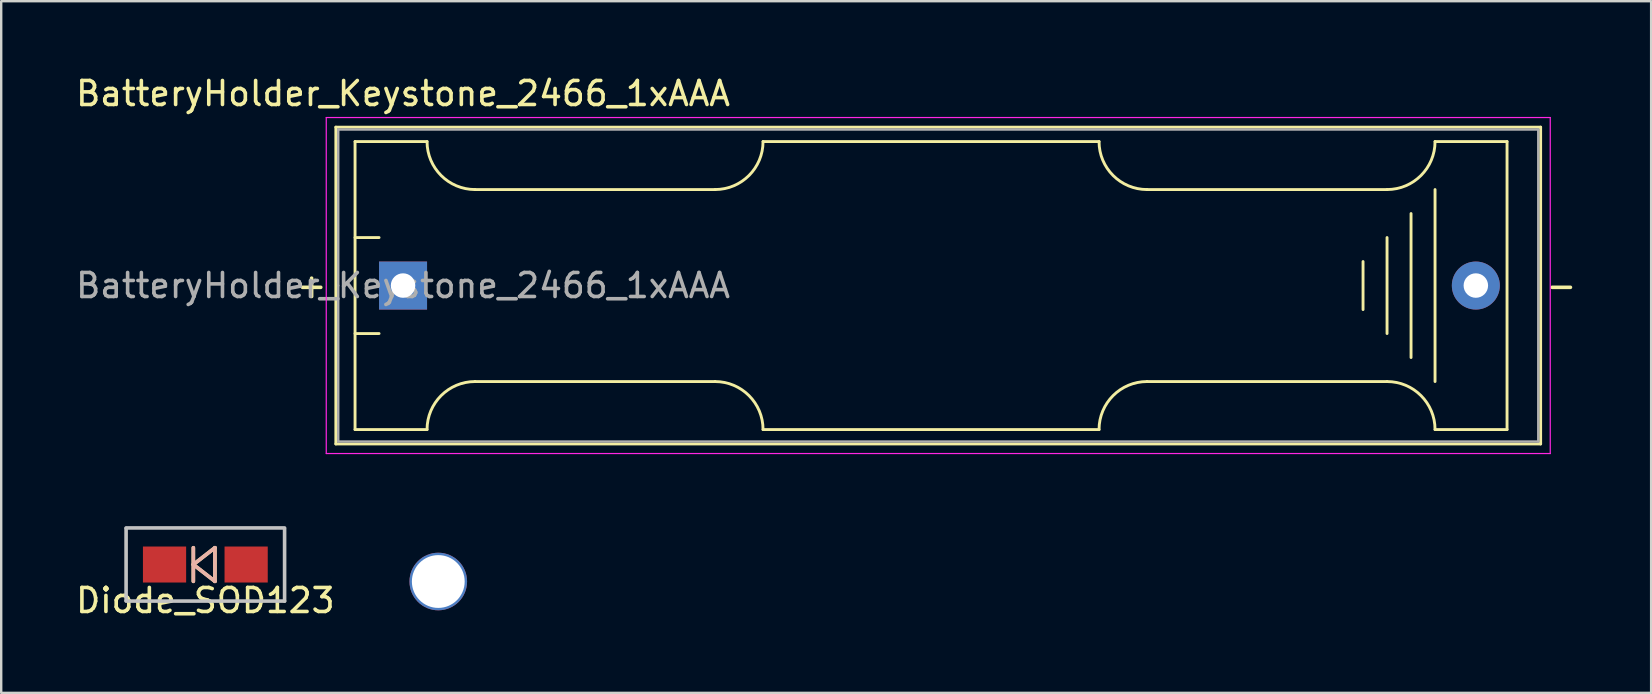
<source format=kicad_pcb>
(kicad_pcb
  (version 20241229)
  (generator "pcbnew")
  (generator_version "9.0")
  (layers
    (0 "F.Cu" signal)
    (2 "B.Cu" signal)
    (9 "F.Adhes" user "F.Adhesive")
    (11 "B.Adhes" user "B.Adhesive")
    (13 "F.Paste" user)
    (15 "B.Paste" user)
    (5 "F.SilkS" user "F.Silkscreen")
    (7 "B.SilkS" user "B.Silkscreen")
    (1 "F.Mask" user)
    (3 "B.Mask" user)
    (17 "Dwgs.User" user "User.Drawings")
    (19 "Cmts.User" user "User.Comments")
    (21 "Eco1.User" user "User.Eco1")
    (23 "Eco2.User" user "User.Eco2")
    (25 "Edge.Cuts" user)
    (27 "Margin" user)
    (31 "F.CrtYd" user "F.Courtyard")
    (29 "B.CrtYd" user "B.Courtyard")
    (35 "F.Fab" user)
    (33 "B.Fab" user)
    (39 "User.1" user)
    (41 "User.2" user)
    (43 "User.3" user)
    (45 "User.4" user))
  (footprint "HOLE_M2"
    (layer "F.Cu")
    (at 15.212 21.18)
    (property "Reference" "HOLE_M2" (at 0 -2 0) (layer "Eco2.User") (effects (font (size 0.3 0.3) (thickness 0.075))))
    (attr through_hole)
    (pad "" thru_hole circle (at 0 0) (size 2.4 2.4) (drill 2.2) (layers "*.Cu" "*.Mask")))
  (footprint "BatteryHolder_Keystone_2466_1xAAA"
    (layer "F.Cu")
    (at 13.744 8.848)
    (property "Reference" "BatteryHolder_Keystone_2466_1xAAA" (at 0 -8 180) (layer "F.SilkS") (effects (font (size 1 1) (thickness 0.15))))
    (attr through_hole)
    (fp_line (start -2.8 -6.6) (end -2.8 6.6) (stroke (width 0.12) (type solid)) (layer "F.SilkS"))
    (fp_line (start -2.8 6.6) (end 47.4 6.6) (stroke (width 0.12) (type solid)) (layer "F.SilkS"))
    (fp_line (start -2 -6) (end -2 6) (stroke (width 0.12) (type solid)) (layer "F.SilkS"))
    (fp_line (start -2 -6) (end 1 -6) (stroke (width 0.12) (type solid)) (layer "F.SilkS"))
    (fp_line (start -2 -2) (end -1 -2) (stroke (width 0.12) (type solid)) (layer "F.SilkS"))
    (fp_line (start -2 6) (end 1 6) (stroke (width 0.12) (type solid)) (layer "F.SilkS"))
    (fp_line (start -1 2) (end -2 2) (stroke (width 0.12) (type solid)) (layer "F.SilkS"))
    (fp_line (start 3 -4) (end 13 -4) (stroke (width 0.12) (type solid)) (layer "F.SilkS"))
    (fp_line (start 3 4) (end 13 4) (stroke (width 0.12) (type solid)) (layer "F.SilkS"))
    (fp_line (start 15 6) (end 29 6) (stroke (width 0.12) (type solid)) (layer "F.SilkS"))
    (fp_line (start 29 -6) (end 15 -6) (stroke (width 0.12) (type solid)) (layer "F.SilkS"))
    (fp_line (start 40 -1) (end 40 1) (stroke (width 0.12) (type solid)) (layer "F.SilkS"))
    (fp_line (start 41 -4) (end 31 -4) (stroke (width 0.12) (type solid)) (layer "F.SilkS"))
    (fp_line (start 41 -2) (end 41 2) (stroke (width 0.12) (type solid)) (layer "F.SilkS"))
    (fp_line (start 41 4) (end 31 4) (stroke (width 0.12) (type solid)) (layer "F.SilkS"))
    (fp_line (start 42 3) (end 42 -3) (stroke (width 0.12) (type solid)) (layer "F.SilkS"))
    (fp_line (start 43 -4) (end 43 4) (stroke (width 0.12) (type solid)) (layer "F.SilkS"))
    (fp_line (start 46 -6) (end 43 -6) (stroke (width 0.12) (type solid)) (layer "F.SilkS"))
    (fp_line (start 46 -6) (end 46 6) (stroke (width 0.12) (type solid)) (layer "F.SilkS"))
    (fp_line (start 46 6) (end 43 6) (stroke (width 0.12) (type solid)) (layer "F.SilkS"))
    (fp_line (start 47.4 -6.6) (end -2.8 -6.6) (stroke (width 0.12) (type solid)) (layer "F.SilkS"))
    (fp_line (start 47.4 6.6) (end 47.4 -6.6) (stroke (width 0.12) (type solid)) (layer "F.SilkS"))
    (fp_arc (start 1 6) (mid 1.585786 4.585786) (end 3 4) (stroke (width 0.12) (type solid)) (layer "F.SilkS"))
    (fp_arc (start 3 -4) (mid 1.585786 -4.585786) (end 1 -6) (stroke (width 0.12) (type solid)) (layer "F.SilkS"))
    (fp_arc (start 13 4) (mid 14.414214 4.585786) (end 15 6) (stroke (width 0.12) (type solid)) (layer "F.SilkS"))
    (fp_arc (start 15 -6) (mid 14.414214 -4.585786) (end 13 -4) (stroke (width 0.12) (type solid)) (layer "F.SilkS"))
    (fp_arc (start 29 6) (mid 29.585786 4.585786) (end 31 4) (stroke (width 0.12) (type solid)) (layer "F.SilkS"))
    (fp_arc (start 31 -4) (mid 29.585786 -4.585786) (end 29 -6) (stroke (width 0.12) (type solid)) (layer "F.SilkS"))
    (fp_arc (start 41 4) (mid 42.414214 4.585786) (end 43 6) (stroke (width 0.12) (type solid)) (layer "F.SilkS"))
    (fp_arc (start 43 -6) (mid 42.414214 -4.585786) (end 41 -4) (stroke (width 0.12) (type solid)) (layer "F.SilkS"))
    (fp_line (start -3.2 -7) (end -3.2 7) (stroke (width 0.05) (type solid)) (layer "F.CrtYd"))
    (fp_line (start -3.2 7) (end 47.8 7) (stroke (width 0.05) (type solid)) (layer "F.CrtYd"))
    (fp_line (start 47.8 -7) (end -3.2 -7) (stroke (width 0.05) (type solid)) (layer "F.CrtYd"))
    (fp_line (start 47.8 7) (end 47.8 -7) (stroke (width 0.05) (type solid)) (layer "F.CrtYd"))
    (fp_line (start -2.7 -6.5) (end 47.3 -6.5) (stroke (width 0.1) (type solid)) (layer "F.Fab"))
    (fp_line (start -2.7 0) (end -2.7 -6.5) (stroke (width 0.1) (type solid)) (layer "F.Fab"))
    (fp_line (start -2.7 6.5) (end -2.7 0) (stroke (width 0.1) (type solid)) (layer "F.Fab"))
    (fp_line (start 47.3 -6.5) (end 47.3 6.5) (stroke (width 0.1) (type solid)) (layer "F.Fab"))
    (fp_line (start 47.3 6.5) (end -2.7 6.5) (stroke (width 0.1) (type solid)) (layer "F.Fab"))
    (fp_text user "+" (at -3.81 0 0) (layer "F.SilkS") (effects (font (size 1 1) (thickness 0.15))))
    (fp_text user "-" (at 48.26 0 0) (layer "F.SilkS") (effects (font (size 1 1) (thickness 0.15))))
    (fp_text user "${REFERENCE}" (at 0 0 0) (layer "F.Fab") (effects (font (size 1 1) (thickness 0.15))))
    (pad "1" thru_hole rect (at 0 0) (size 2 2) (drill 1.02) (layers "*.Cu" "*.Mask"))
    (pad "2" thru_hole circle (at 44.7 0) (size 2 2) (drill 1.02) (layers "*.Cu" "*.Mask")))
  (footprint "Diode_SOD123"
    (placed yes)
    (layer "F.Cu")
    (at 5.506 20.472)
    (property "Reference" "Diode_SOD123" (at 0 1.5 0) (layer "F.SilkS") (effects (font (size 1 1) (thickness 0.15))))
    (attr through_hole)
    (fp_line (start -0.5 -0.7) (end -0.5 0.7) (stroke (width 0.15) (type solid)) (layer "F.SilkS"))
    (fp_line (start -0.5 0) (end 0.4 -0.7) (stroke (width 0.15) (type solid)) (layer "F.SilkS"))
    (fp_line (start 0.4 -0.7) (end 0.4 0.7) (stroke (width 0.15) (type solid)) (layer "F.SilkS"))
    (fp_line (start 0.4 0.7) (end -0.5 0) (stroke (width 0.15) (type solid)) (layer "F.SilkS"))
    (fp_line (start -0.5 -0.7) (end -0.5 0.7) (stroke (width 0.15) (type solid)) (layer "B.SilkS"))
    (fp_line (start -0.5 0) (end 0.4 -0.7) (stroke (width 0.15) (type solid)) (layer "B.SilkS"))
    (fp_line (start 0.4 -0.7) (end 0.4 0.7) (stroke (width 0.15) (type solid)) (layer "B.SilkS"))
    (fp_line (start 0.4 0.7) (end -0.5 0) (stroke (width 0.15) (type solid)) (layer "B.SilkS"))
    (fp_line (start -3.302 -1.524) (end 3.302 -1.524) (stroke (width 0.15) (type solid)) (layer "Dwgs.User"))
    (fp_line (start -3.302 -1.5) (end -3.302 1.5) (stroke (width 0.15) (type solid)) (layer "Dwgs.User"))
    (fp_line (start -3.302 1.524) (end 3.302 1.524) (stroke (width 0.15) (type solid)) (layer "Dwgs.User"))
    (fp_line (start 3.302 -1.476) (end 3.302 1.524) (stroke (width 0.15) (type solid)) (layer "Dwgs.User"))
    (pad "1" smd rect (at -1.7 0) (size 1.8 1.5) (layers "F.Cu" "F.Mask" "F.Paste"))
    (pad "2" smd rect (at 1.7 0) (size 1.8 1.5) (layers "F.Cu" "F.Mask" "F.Paste")))
  (gr_rect
    (start -3 -3)
    (end 65.748 25.82)
    (stroke (width 0.1) (type default))
    (fill no)
    (layer "Edge.Cuts")))
</source>
